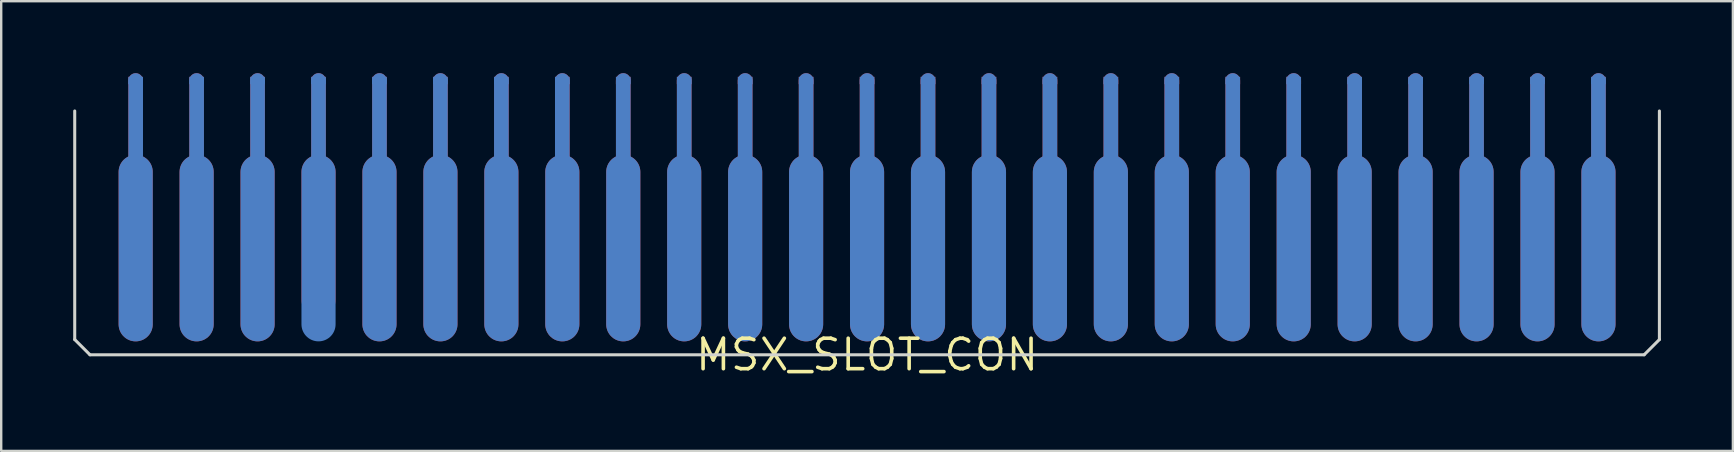
<source format=kicad_pcb>
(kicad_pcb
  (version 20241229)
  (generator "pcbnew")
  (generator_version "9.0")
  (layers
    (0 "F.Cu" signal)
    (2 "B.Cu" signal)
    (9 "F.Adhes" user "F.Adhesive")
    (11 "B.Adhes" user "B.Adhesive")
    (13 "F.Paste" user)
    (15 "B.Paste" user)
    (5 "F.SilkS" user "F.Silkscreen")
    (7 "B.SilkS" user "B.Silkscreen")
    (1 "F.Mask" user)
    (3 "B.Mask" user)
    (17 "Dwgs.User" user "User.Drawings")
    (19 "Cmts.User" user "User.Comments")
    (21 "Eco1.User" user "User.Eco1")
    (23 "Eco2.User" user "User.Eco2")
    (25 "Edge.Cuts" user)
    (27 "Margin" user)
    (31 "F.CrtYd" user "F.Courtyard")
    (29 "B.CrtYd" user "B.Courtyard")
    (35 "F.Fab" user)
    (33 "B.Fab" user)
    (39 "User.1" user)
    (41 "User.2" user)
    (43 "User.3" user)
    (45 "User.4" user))
  (footprint "MSX_SLOT_CON"
    (layer "F.Cu")
    (at 33.084 11.735)
    (property "Reference" "MSX_SLOT_CON" (at 0 0 0) (layer "F.SilkS") (effects (font (size 1.27 1.27) (thickness 0.15))))
    (attr through_hole)
    (fp_line (start -30.48 -7.62) (end -30.48 -11.43) (stroke (width 0.61) (type solid)) (layer "F.Cu"))
    (fp_line (start -30.48 -1.27) (end -30.48 -7.62) (stroke (width 1.422) (type solid)) (layer "F.Cu"))
    (fp_line (start -27.94 -7.62) (end -27.94 -11.43) (stroke (width 0.61) (type solid)) (layer "F.Cu"))
    (fp_line (start -27.94 -1.27) (end -27.94 -7.62) (stroke (width 1.422) (type solid)) (layer "F.Cu"))
    (fp_line (start -25.4 -7.62) (end -25.4 -11.43) (stroke (width 0.61) (type solid)) (layer "F.Cu"))
    (fp_line (start -25.4 -1.27) (end -25.4 -7.62) (stroke (width 1.422) (type solid)) (layer "F.Cu"))
    (fp_line (start -22.86 -7.62) (end -22.86 -11.43) (stroke (width 0.61) (type solid)) (layer "F.Cu"))
    (fp_line (start -22.86 -2.286) (end -22.86 -7.62) (stroke (width 1.422) (type solid)) (layer "F.Cu"))
    (fp_line (start -20.32 -7.62) (end -20.32 -11.43) (stroke (width 0.61) (type solid)) (layer "F.Cu"))
    (fp_line (start -20.32 -1.27) (end -20.32 -7.62) (stroke (width 1.422) (type solid)) (layer "F.Cu"))
    (fp_line (start -17.78 -7.62) (end -17.78 -11.43) (stroke (width 0.61) (type solid)) (layer "F.Cu"))
    (fp_line (start -17.78 -1.27) (end -17.78 -7.62) (stroke (width 1.422) (type solid)) (layer "F.Cu"))
    (fp_line (start -15.24 -7.62) (end -15.24 -11.43) (stroke (width 0.61) (type solid)) (layer "F.Cu"))
    (fp_line (start -15.24 -1.27) (end -15.24 -7.62) (stroke (width 1.422) (type solid)) (layer "F.Cu"))
    (fp_line (start -12.7 -7.62) (end -12.7 -11.43) (stroke (width 0.61) (type solid)) (layer "F.Cu"))
    (fp_line (start -12.7 -1.27) (end -12.7 -7.62) (stroke (width 1.422) (type solid)) (layer "F.Cu"))
    (fp_line (start -10.16 -7.62) (end -10.16 -11.43) (stroke (width 0.61) (type solid)) (layer "F.Cu"))
    (fp_line (start -10.16 -1.27) (end -10.16 -7.62) (stroke (width 1.422) (type solid)) (layer "F.Cu"))
    (fp_line (start -7.62 -7.62) (end -7.62 -11.43) (stroke (width 0.61) (type solid)) (layer "F.Cu"))
    (fp_line (start -7.62 -1.27) (end -7.62 -7.62) (stroke (width 1.422) (type solid)) (layer "F.Cu"))
    (fp_line (start -5.08 -7.62) (end -5.08 -11.43) (stroke (width 0.61) (type solid)) (layer "F.Cu"))
    (fp_line (start -5.08 -1.27) (end -5.08 -7.62) (stroke (width 1.422) (type solid)) (layer "F.Cu"))
    (fp_line (start -2.54 -7.62) (end -2.54 -11.43) (stroke (width 0.61) (type solid)) (layer "F.Cu"))
    (fp_line (start -2.54 -1.27) (end -2.54 -7.62) (stroke (width 1.422) (type solid)) (layer "F.Cu"))
    (fp_line (start 0 -7.62) (end 0 -11.43) (stroke (width 0.61) (type solid)) (layer "F.Cu"))
    (fp_line (start 0 -1.27) (end 0 -7.62) (stroke (width 1.422) (type solid)) (layer "F.Cu"))
    (fp_line (start 2.54 -7.62) (end 2.54 -11.43) (stroke (width 0.61) (type solid)) (layer "F.Cu"))
    (fp_line (start 2.54 -1.27) (end 2.54 -7.62) (stroke (width 1.422) (type solid)) (layer "F.Cu"))
    (fp_line (start 5.08 -7.62) (end 5.08 -11.43) (stroke (width 0.61) (type solid)) (layer "F.Cu"))
    (fp_line (start 5.08 -1.27) (end 5.08 -7.62) (stroke (width 1.422) (type solid)) (layer "F.Cu"))
    (fp_line (start 7.62 -7.62) (end 7.62 -11.43) (stroke (width 0.61) (type solid)) (layer "F.Cu"))
    (fp_line (start 7.62 -1.27) (end 7.62 -7.62) (stroke (width 1.422) (type solid)) (layer "F.Cu"))
    (fp_line (start 10.16 -7.62) (end 10.16 -11.43) (stroke (width 0.61) (type solid)) (layer "F.Cu"))
    (fp_line (start 10.16 -1.27) (end 10.16 -7.62) (stroke (width 1.422) (type solid)) (layer "F.Cu"))
    (fp_line (start 12.7 -7.62) (end 12.7 -11.43) (stroke (width 0.61) (type solid)) (layer "F.Cu"))
    (fp_line (start 12.7 -1.27) (end 12.7 -7.62) (stroke (width 1.422) (type solid)) (layer "F.Cu"))
    (fp_line (start 15.24 -7.62) (end 15.24 -11.43) (stroke (width 0.61) (type solid)) (layer "F.Cu"))
    (fp_line (start 15.24 -1.27) (end 15.24 -7.62) (stroke (width 1.422) (type solid)) (layer "F.Cu"))
    (fp_line (start 17.78 -7.62) (end 17.78 -11.43) (stroke (width 0.61) (type solid)) (layer "F.Cu"))
    (fp_line (start 17.78 -1.27) (end 17.78 -7.62) (stroke (width 1.422) (type solid)) (layer "F.Cu"))
    (fp_line (start 20.32 -7.62) (end 20.32 -11.43) (stroke (width 0.61) (type solid)) (layer "F.Cu"))
    (fp_line (start 20.32 -1.27) (end 20.32 -7.62) (stroke (width 1.422) (type solid)) (layer "F.Cu"))
    (fp_line (start 22.86 -7.62) (end 22.86 -11.43) (stroke (width 0.61) (type solid)) (layer "F.Cu"))
    (fp_line (start 22.86 -1.27) (end 22.86 -7.62) (stroke (width 1.422) (type solid)) (layer "F.Cu"))
    (fp_line (start 25.4 -7.62) (end 25.4 -11.43) (stroke (width 0.61) (type solid)) (layer "F.Cu"))
    (fp_line (start 25.4 -1.27) (end 25.4 -7.62) (stroke (width 1.422) (type solid)) (layer "F.Cu"))
    (fp_line (start 27.94 -7.62) (end 27.94 -11.43) (stroke (width 0.61) (type solid)) (layer "F.Cu"))
    (fp_line (start 27.94 -1.27) (end 27.94 -7.62) (stroke (width 1.422) (type solid)) (layer "F.Cu"))
    (fp_line (start 30.48 -7.62) (end 30.48 -11.43) (stroke (width 0.61) (type solid)) (layer "F.Cu"))
    (fp_line (start 30.48 -1.27) (end 30.48 -7.62) (stroke (width 1.422) (type solid)) (layer "F.Cu"))
    (fp_poly (pts (xy -33.02 0) (xy 33.02 0) (xy 33.02 -8.89) (xy -33.02 -8.89)) (stroke (width 0) (type solid)) (fill yes) (layer "F.Mask"))
    (fp_line (start -30.48 -7.62) (end -30.48 -11.43) (stroke (width 0.61) (type solid)) (layer "B.Cu"))
    (fp_line (start -30.48 -1.27) (end -30.48 -7.62) (stroke (width 1.422) (type solid)) (layer "B.Cu"))
    (fp_line (start -27.94 -7.62) (end -27.94 -11.43) (stroke (width 0.61) (type solid)) (layer "B.Cu"))
    (fp_line (start -27.94 -1.27) (end -27.94 -7.62) (stroke (width 1.422) (type solid)) (layer "B.Cu"))
    (fp_line (start -25.4 -7.62) (end -25.4 -11.43) (stroke (width 0.61) (type solid)) (layer "B.Cu"))
    (fp_line (start -25.4 -1.27) (end -25.4 -7.62) (stroke (width 1.422) (type solid)) (layer "B.Cu"))
    (fp_line (start -22.86 -7.62) (end -22.86 -11.43) (stroke (width 0.61) (type solid)) (layer "B.Cu"))
    (fp_line (start -22.86 -1.27) (end -22.86 -7.62) (stroke (width 1.422) (type solid)) (layer "B.Cu"))
    (fp_line (start -20.32 -7.62) (end -20.32 -11.43) (stroke (width 0.61) (type solid)) (layer "B.Cu"))
    (fp_line (start -20.32 -1.27) (end -20.32 -7.62) (stroke (width 1.422) (type solid)) (layer "B.Cu"))
    (fp_line (start -17.78 -7.62) (end -17.78 -11.43) (stroke (width 0.61) (type solid)) (layer "B.Cu"))
    (fp_line (start -17.78 -1.27) (end -17.78 -7.62) (stroke (width 1.422) (type solid)) (layer "B.Cu"))
    (fp_line (start -15.24 -7.62) (end -15.24 -11.43) (stroke (width 0.61) (type solid)) (layer "B.Cu"))
    (fp_line (start -15.24 -1.27) (end -15.24 -7.62) (stroke (width 1.422) (type solid)) (layer "B.Cu"))
    (fp_line (start -12.7 -7.62) (end -12.7 -11.43) (stroke (width 0.61) (type solid)) (layer "B.Cu"))
    (fp_line (start -12.7 -1.27) (end -12.7 -7.62) (stroke (width 1.422) (type solid)) (layer "B.Cu"))
    (fp_line (start -10.16 -7.62) (end -10.16 -11.43) (stroke (width 0.61) (type solid)) (layer "B.Cu"))
    (fp_line (start -10.16 -1.27) (end -10.16 -7.62) (stroke (width 1.422) (type solid)) (layer "B.Cu"))
    (fp_line (start -7.62 -7.62) (end -7.62 -11.43) (stroke (width 0.61) (type solid)) (layer "B.Cu"))
    (fp_line (start -7.62 -1.27) (end -7.62 -7.62) (stroke (width 1.422) (type solid)) (layer "B.Cu"))
    (fp_line (start -5.08 -7.62) (end -5.08 -11.43) (stroke (width 0.61) (type solid)) (layer "B.Cu"))
    (fp_line (start -5.08 -1.27) (end -5.08 -7.62) (stroke (width 1.422) (type solid)) (layer "B.Cu"))
    (fp_line (start -2.54 -7.62) (end -2.54 -11.43) (stroke (width 0.61) (type solid)) (layer "B.Cu"))
    (fp_line (start -2.54 -1.27) (end -2.54 -7.62) (stroke (width 1.422) (type solid)) (layer "B.Cu"))
    (fp_line (start 0 -7.62) (end 0 -11.43) (stroke (width 0.61) (type solid)) (layer "B.Cu"))
    (fp_line (start 0 -1.27) (end 0 -7.62) (stroke (width 1.422) (type solid)) (layer "B.Cu"))
    (fp_line (start 2.54 -7.62) (end 2.54 -11.43) (stroke (width 0.61) (type solid)) (layer "B.Cu"))
    (fp_line (start 2.54 -1.27) (end 2.54 -7.62) (stroke (width 1.422) (type solid)) (layer "B.Cu"))
    (fp_line (start 5.08 -7.62) (end 5.08 -11.43) (stroke (width 0.61) (type solid)) (layer "B.Cu"))
    (fp_line (start 5.08 -1.27) (end 5.08 -7.62) (stroke (width 1.422) (type solid)) (layer "B.Cu"))
    (fp_line (start 7.62 -7.62) (end 7.62 -11.43) (stroke (width 0.61) (type solid)) (layer "B.Cu"))
    (fp_line (start 7.62 -1.27) (end 7.62 -7.62) (stroke (width 1.422) (type solid)) (layer "B.Cu"))
    (fp_line (start 10.16 -7.62) (end 10.16 -11.43) (stroke (width 0.61) (type solid)) (layer "B.Cu"))
    (fp_line (start 10.16 -1.27) (end 10.16 -7.62) (stroke (width 1.422) (type solid)) (layer "B.Cu"))
    (fp_line (start 12.7 -7.62) (end 12.7 -11.43) (stroke (width 0.61) (type solid)) (layer "B.Cu"))
    (fp_line (start 12.7 -1.27) (end 12.7 -7.62) (stroke (width 1.422) (type solid)) (layer "B.Cu"))
    (fp_line (start 15.24 -7.62) (end 15.24 -11.43) (stroke (width 0.61) (type solid)) (layer "B.Cu"))
    (fp_line (start 15.24 -1.27) (end 15.24 -7.62) (stroke (width 1.422) (type solid)) (layer "B.Cu"))
    (fp_line (start 17.78 -7.62) (end 17.78 -11.43) (stroke (width 0.61) (type solid)) (layer "B.Cu"))
    (fp_line (start 17.78 -1.27) (end 17.78 -7.62) (stroke (width 1.422) (type solid)) (layer "B.Cu"))
    (fp_line (start 20.32 -7.62) (end 20.32 -11.43) (stroke (width 0.61) (type solid)) (layer "B.Cu"))
    (fp_line (start 20.32 -1.27) (end 20.32 -7.62) (stroke (width 1.422) (type solid)) (layer "B.Cu"))
    (fp_line (start 22.86 -7.62) (end 22.86 -11.43) (stroke (width 0.61) (type solid)) (layer "B.Cu"))
    (fp_line (start 22.86 -1.27) (end 22.86 -7.62) (stroke (width 1.422) (type solid)) (layer "B.Cu"))
    (fp_line (start 25.4 -7.62) (end 25.4 -11.43) (stroke (width 0.61) (type solid)) (layer "B.Cu"))
    (fp_line (start 25.4 -1.27) (end 25.4 -7.62) (stroke (width 1.422) (type solid)) (layer "B.Cu"))
    (fp_line (start 27.94 -7.62) (end 27.94 -11.43) (stroke (width 0.61) (type solid)) (layer "B.Cu"))
    (fp_line (start 27.94 -1.27) (end 27.94 -7.62) (stroke (width 1.422) (type solid)) (layer "B.Cu"))
    (fp_line (start 30.48 -7.62) (end 30.48 -11.43) (stroke (width 0.61) (type solid)) (layer "B.Cu"))
    (fp_line (start 30.48 -1.27) (end 30.48 -7.62) (stroke (width 1.422) (type solid)) (layer "B.Cu"))
    (fp_poly (pts (xy -33.02 0) (xy 33.02 0) (xy 33.02 -8.89) (xy -33.02 -8.89)) (stroke (width 0) (type solid)) (fill yes) (layer "B.Mask"))
    (fp_line (start -33.02 -10.16) (end -33.02 -0.635) (stroke (width 0.127) (type solid)) (layer "Edge.Cuts"))
    (fp_line (start -33.02 -0.635) (end -32.385 0) (stroke (width 0.127) (type solid)) (layer "Edge.Cuts"))
    (fp_line (start -32.385 0) (end 32.385 0) (stroke (width 0.127) (type solid)) (layer "Edge.Cuts"))
    (fp_line (start 33.02 -0.635) (end 32.385 0) (stroke (width 0.127) (type solid)) (layer "Edge.Cuts"))
    (fp_line (start 33.02 -0.635) (end 33.02 -10.16) (stroke (width 0.127) (type solid)) (layer "Edge.Cuts"))
    (pad "01" smd rect (at 30.48 -11.43) (size 0.61 0.305) (layers "B.Cu" "B.Mask"))
    (pad "02" smd rect (at 30.48 -11.43) (size 0.61 0.305) (layers "F.Cu" "F.Mask"))
    (pad "03" smd rect (at 27.94 -11.43) (size 0.61 0.305) (layers "B.Cu" "B.Mask"))
    (pad "04" smd rect (at 27.94 -11.43) (size 0.61 0.305) (layers "F.Cu" "F.Mask"))
    (pad "05" smd rect (at 25.4 -11.43) (size 0.61 0.305) (layers "B.Cu" "B.Mask"))
    (pad "06" smd rect (at 25.4 -11.43) (size 0.61 0.305) (layers "F.Cu" "F.Mask"))
    (pad "07" smd rect (at 22.86 -11.43) (size 0.61 0.305) (layers "B.Cu" "B.Mask"))
    (pad "08" smd rect (at 22.86 -11.43) (size 0.61 0.305) (layers "F.Cu" "F.Mask"))
    (pad "09" smd rect (at 20.32 -11.43) (size 0.61 0.305) (layers "B.Cu" "B.Mask"))
    (pad "10" smd rect (at 20.32 -11.43) (size 0.61 0.305) (layers "F.Cu" "F.Mask"))
    (pad "11" smd rect (at 17.78 -11.43) (size 0.61 0.305) (layers "B.Cu" "B.Mask"))
    (pad "12" smd rect (at 17.78 -11.43) (size 0.61 0.305) (layers "F.Cu" "F.Mask"))
    (pad "13" smd rect (at 15.24 -11.43) (size 0.61 0.305) (layers "B.Cu" "B.Mask"))
    (pad "14" smd rect (at 15.24 -11.43) (size 0.61 0.305) (layers "F.Cu" "F.Mask"))
    (pad "15" smd rect (at 12.7 -11.43) (size 0.61 0.305) (layers "B.Cu" "B.Mask"))
    (pad "16" smd rect (at 12.7 -11.43) (size 0.61 0.305) (layers "F.Cu" "F.Mask"))
    (pad "17" smd rect (at 10.16 -11.43) (size 0.61 0.305) (layers "B.Cu" "B.Mask"))
    (pad "18" smd rect (at 10.16 -11.43) (size 0.61 0.305) (layers "F.Cu" "F.Mask"))
    (pad "19" smd rect (at 7.62 -11.43) (size 0.61 0.305) (layers "B.Cu" "B.Mask"))
    (pad "20" smd rect (at 7.62 -11.43) (size 0.61 0.305) (layers "F.Cu" "F.Mask"))
    (pad "21" smd rect (at 5.08 -11.43) (size 0.61 0.305) (layers "B.Cu" "B.Mask"))
    (pad "22" smd rect (at 5.08 -11.43) (size 0.61 0.305) (layers "F.Cu" "F.Mask"))
    (pad "23" smd rect (at 2.54 -11.43) (size 0.61 0.305) (layers "B.Cu" "B.Mask"))
    (pad "24" smd rect (at 2.54 -11.43) (size 0.61 0.305) (layers "F.Cu" "F.Mask"))
    (pad "25" smd rect (at 0 -11.43) (size 0.61 0.305) (layers "B.Cu" "B.Mask"))
    (pad "26" smd rect (at 0 -11.43) (size 0.61 0.305) (layers "F.Cu" "F.Mask"))
    (pad "27" smd rect (at -2.54 -11.43) (size 0.61 0.305) (layers "B.Cu" "B.Mask"))
    (pad "28" smd rect (at -2.54 -11.43) (size 0.61 0.305) (layers "F.Cu" "F.Mask"))
    (pad "29" smd rect (at -5.08 -11.43) (size 0.61 0.305) (layers "B.Cu" "B.Mask"))
    (pad "30" smd rect (at -5.08 -11.43) (size 0.61 0.305) (layers "F.Cu" "F.Mask"))
    (pad "31" smd rect (at -7.62 -11.43) (size 0.61 0.305) (layers "B.Cu" "B.Mask"))
    (pad "32" smd rect (at -7.62 -11.43) (size 0.61 0.305) (layers "F.Cu" "F.Mask"))
    (pad "33" smd rect (at -10.16 -11.43) (size 0.61 0.305) (layers "B.Cu" "B.Mask"))
    (pad "34" smd rect (at -10.16 -11.43) (size 0.61 0.305) (layers "F.Cu" "F.Mask"))
    (pad "35" smd rect (at -12.7 -11.43) (size 0.61 0.305) (layers "B.Cu" "B.Mask"))
    (pad "36" smd rect (at -12.7 -11.43) (size 0.61 0.305) (layers "F.Cu" "F.Mask"))
    (pad "37" smd rect (at -15.24 -11.43) (size 0.61 0.305) (layers "B.Cu" "B.Mask"))
    (pad "38" smd rect (at -15.24 -11.43) (size 0.61 0.305) (layers "F.Cu" "F.Mask"))
    (pad "39" smd rect (at -17.78 -11.43) (size 0.61 0.305) (layers "B.Cu" "B.Mask"))
    (pad "40" smd rect (at -17.78 -11.43) (size 0.61 0.305) (layers "F.Cu" "F.Mask"))
    (pad "41" smd rect (at -20.32 -11.43) (size 0.61 0.305) (layers "B.Cu" "B.Mask"))
    (pad "42" smd rect (at -20.32 -11.43) (size 0.61 0.305) (layers "F.Cu" "F.Mask"))
    (pad "43" smd rect (at -22.86 -11.43) (size 0.61 0.305) (layers "B.Cu" "B.Mask"))
    (pad "44" smd rect (at -22.86 -11.43) (size 0.61 0.305) (layers "F.Cu" "F.Mask"))
    (pad "45" smd rect (at -25.4 -11.43) (size 0.61 0.305) (layers "B.Cu" "B.Mask"))
    (pad "46" smd rect (at -25.4 -11.43) (size 0.61 0.305) (layers "F.Cu" "F.Mask"))
    (pad "47" smd rect (at -27.94 -11.43) (size 0.61 0.305) (layers "B.Cu" "B.Mask"))
    (pad "48" smd rect (at -27.94 -11.43) (size 0.61 0.305) (layers "F.Cu" "F.Mask"))
    (pad "49" smd rect (at -30.48 -11.43) (size 0.61 0.305) (layers "B.Cu" "B.Mask"))
    (pad "50" smd rect (at -30.48 -11.43) (size 0.61 0.305) (layers "F.Cu" "F.Mask")))
  (gr_rect
    (start -3 -3)
    (end 69.167 15.741)
    (stroke (width 0.1) (type default))
    (fill no)
    (layer "Edge.Cuts")))
</source>
